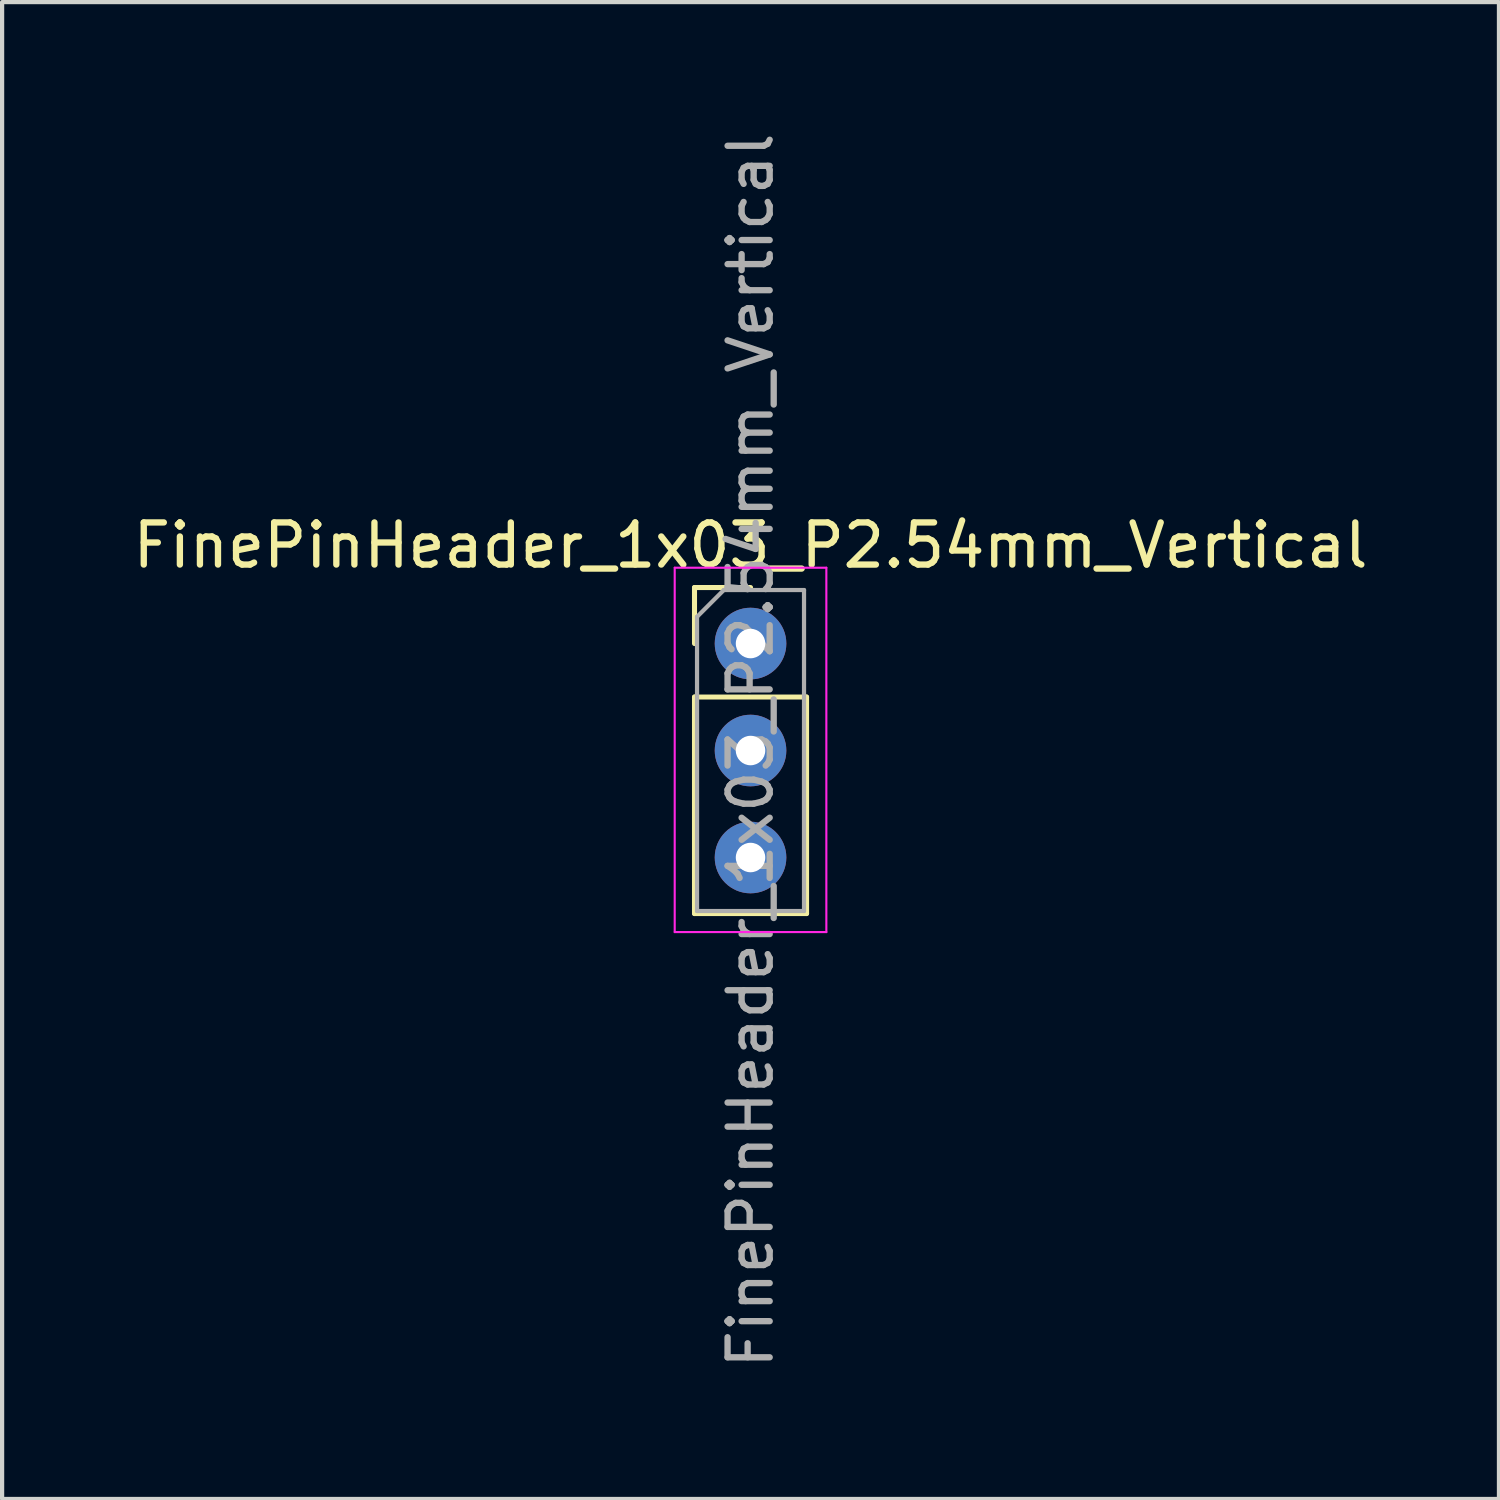
<source format=kicad_pcb>
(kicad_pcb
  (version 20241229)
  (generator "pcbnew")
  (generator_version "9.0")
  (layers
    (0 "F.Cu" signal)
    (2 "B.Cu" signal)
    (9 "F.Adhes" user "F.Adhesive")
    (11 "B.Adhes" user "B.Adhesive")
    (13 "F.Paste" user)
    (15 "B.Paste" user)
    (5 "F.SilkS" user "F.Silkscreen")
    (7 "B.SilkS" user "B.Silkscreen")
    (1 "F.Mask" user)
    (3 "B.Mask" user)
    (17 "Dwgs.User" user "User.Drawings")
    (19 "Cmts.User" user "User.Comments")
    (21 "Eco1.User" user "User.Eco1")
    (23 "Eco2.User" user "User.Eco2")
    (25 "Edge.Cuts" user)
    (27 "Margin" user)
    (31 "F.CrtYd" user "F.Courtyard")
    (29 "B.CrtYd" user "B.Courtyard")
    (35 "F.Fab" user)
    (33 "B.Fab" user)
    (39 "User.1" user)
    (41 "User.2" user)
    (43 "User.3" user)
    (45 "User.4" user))
  (footprint "FinePinHeader_1x03_P2.54mm_Vertical"
    (layer "F.Cu")
    (at 14.768 12.228)
    (property "Reference" "FinePinHeader_1x03_P2.54mm_Vertical" (at 0 -2.33 0) (layer "F.SilkS") (effects (font (size 1 1) (thickness 0.15))))
    (attr through_hole)
    (fp_line (start -1.33 -1.33) (end 0 -1.33) (stroke (width 0.12) (type solid)) (layer "F.SilkS"))
    (fp_line (start -1.33 0) (end -1.33 -1.33) (stroke (width 0.12) (type solid)) (layer "F.SilkS"))
    (fp_line (start -1.33 1.27) (end -1.33 6.41) (stroke (width 0.12) (type solid)) (layer "F.SilkS"))
    (fp_line (start -1.33 1.27) (end 1.33 1.27) (stroke (width 0.12) (type solid)) (layer "F.SilkS"))
    (fp_line (start -1.33 6.41) (end 1.33 6.41) (stroke (width 0.12) (type solid)) (layer "F.SilkS"))
    (fp_line (start 1.33 1.27) (end 1.33 6.41) (stroke (width 0.12) (type solid)) (layer "F.SilkS"))
    (fp_line (start -1.8 -1.8) (end -1.8 6.85) (stroke (width 0.05) (type solid)) (layer "F.CrtYd"))
    (fp_line (start -1.8 6.85) (end 1.8 6.85) (stroke (width 0.05) (type solid)) (layer "F.CrtYd"))
    (fp_line (start 1.8 -1.8) (end -1.8 -1.8) (stroke (width 0.05) (type solid)) (layer "F.CrtYd"))
    (fp_line (start 1.8 6.85) (end 1.8 -1.8) (stroke (width 0.05) (type solid)) (layer "F.CrtYd"))
    (fp_line (start -1.27 -0.635) (end -0.635 -1.27) (stroke (width 0.1) (type solid)) (layer "F.Fab"))
    (fp_line (start -1.27 6.35) (end -1.27 -0.635) (stroke (width 0.1) (type solid)) (layer "F.Fab"))
    (fp_line (start -0.635 -1.27) (end 1.27 -1.27) (stroke (width 0.1) (type solid)) (layer "F.Fab"))
    (fp_line (start 1.27 -1.27) (end 1.27 6.35) (stroke (width 0.1) (type solid)) (layer "F.Fab"))
    (fp_line (start 1.27 6.35) (end -1.27 6.35) (stroke (width 0.1) (type solid)) (layer "F.Fab"))
    (fp_text user "${REFERENCE}" (at 0 2.54 90) (layer "F.Fab") (effects (font (size 1 1) (thickness 0.15))))
    (pad "1" thru_hole circle (at 0 0) (size 1.7 1.7) (drill 0.7) (layers "*.Cu" "*.Mask"))
    (pad "2" thru_hole oval (at 0 2.54) (size 1.7 1.7) (drill 0.7) (layers "*.Cu" "*.Mask"))
    (pad "3" thru_hole oval (at 0 5.08) (size 1.7 1.7) (drill 0.7) (layers "*.Cu" "*.Mask")))
  (gr_rect
    (start -3 -3)
    (end 32.536 32.536)
    (stroke (width 0.1) (type default))
    (fill no)
    (layer "Edge.Cuts")))
</source>
